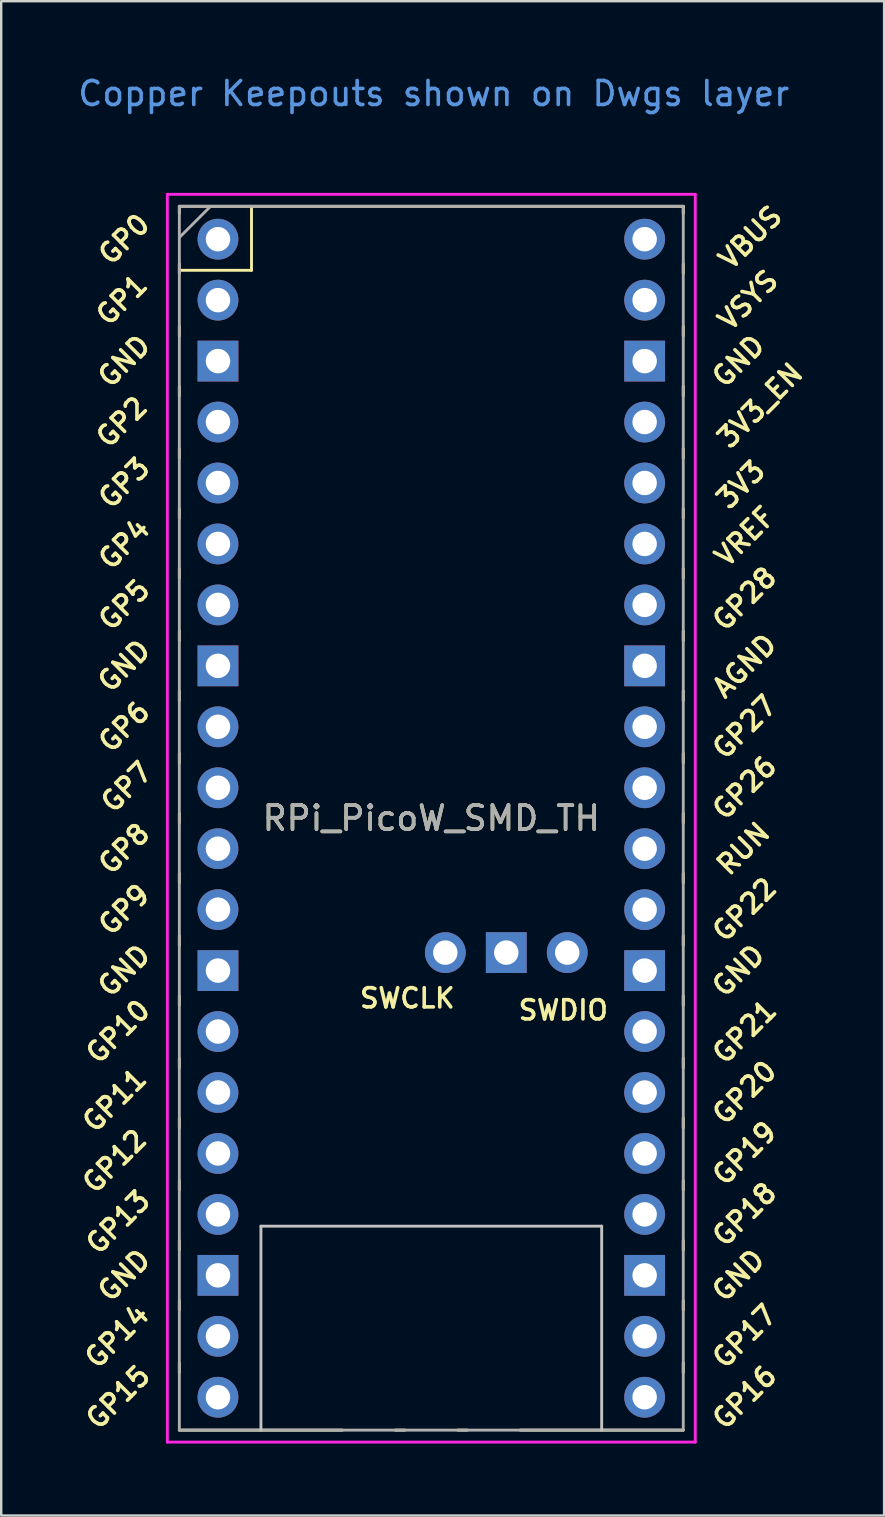
<source format=kicad_pcb>
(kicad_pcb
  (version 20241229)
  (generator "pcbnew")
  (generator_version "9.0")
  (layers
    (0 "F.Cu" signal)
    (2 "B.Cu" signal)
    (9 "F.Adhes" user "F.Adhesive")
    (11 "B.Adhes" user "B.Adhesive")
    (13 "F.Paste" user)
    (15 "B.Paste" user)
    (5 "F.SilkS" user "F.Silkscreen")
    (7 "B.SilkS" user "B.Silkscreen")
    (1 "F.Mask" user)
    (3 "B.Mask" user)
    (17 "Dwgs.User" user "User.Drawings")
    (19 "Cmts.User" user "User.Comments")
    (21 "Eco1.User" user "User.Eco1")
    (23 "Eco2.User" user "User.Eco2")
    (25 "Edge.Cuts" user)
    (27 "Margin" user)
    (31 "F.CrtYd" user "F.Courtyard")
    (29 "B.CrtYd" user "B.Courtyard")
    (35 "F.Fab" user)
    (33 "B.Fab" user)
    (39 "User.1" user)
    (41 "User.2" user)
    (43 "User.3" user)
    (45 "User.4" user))
  (footprint "RPi_PicoW_SMD_TH"
    (layer "F.Cu")
    (at 14.924 31.048)
    (property "Reference" "RPi_PicoW_SMD_TH" (at 0 0 0) (layer "F.SilkS") (effects (font (size 1 1) (thickness 0.15))))
    (attr through_hole)
    (fp_line (start -10.5 -25.5) (end -10.5 -25.2) (stroke (width 0.12) (type solid)) (layer "F.SilkS"))
    (fp_line (start -10.5 -25.5) (end 10.5 -25.5) (stroke (width 0.12) (type solid)) (layer "F.SilkS"))
    (fp_line (start -10.5 -23.1) (end -10.5 -22.7) (stroke (width 0.12) (type solid)) (layer "F.SilkS"))
    (fp_line (start -10.5 -22.833) (end -7.493 -22.833) (stroke (width 0.12) (type solid)) (layer "F.SilkS"))
    (fp_line (start -10.5 -20.5) (end -10.5 -20.1) (stroke (width 0.12) (type solid)) (layer "F.SilkS"))
    (fp_line (start -10.5 -18) (end -10.5 -17.6) (stroke (width 0.12) (type solid)) (layer "F.SilkS"))
    (fp_line (start -10.5 -15.4) (end -10.5 -15) (stroke (width 0.12) (type solid)) (layer "F.SilkS"))
    (fp_line (start -10.5 -12.9) (end -10.5 -12.5) (stroke (width 0.12) (type solid)) (layer "F.SilkS"))
    (fp_line (start -10.5 -10.4) (end -10.5 -10) (stroke (width 0.12) (type solid)) (layer "F.SilkS"))
    (fp_line (start -10.5 -7.8) (end -10.5 -7.4) (stroke (width 0.12) (type solid)) (layer "F.SilkS"))
    (fp_line (start -10.5 -5.3) (end -10.5 -4.9) (stroke (width 0.12) (type solid)) (layer "F.SilkS"))
    (fp_line (start -10.5 -2.7) (end -10.5 -2.3) (stroke (width 0.12) (type solid)) (layer "F.SilkS"))
    (fp_line (start -10.5 -0.2) (end -10.5 0.2) (stroke (width 0.12) (type solid)) (layer "F.SilkS"))
    (fp_line (start -10.5 2.3) (end -10.5 2.7) (stroke (width 0.12) (type solid)) (layer "F.SilkS"))
    (fp_line (start -10.5 4.9) (end -10.5 5.3) (stroke (width 0.12) (type solid)) (layer "F.SilkS"))
    (fp_line (start -10.5 7.4) (end -10.5 7.8) (stroke (width 0.12) (type solid)) (layer "F.SilkS"))
    (fp_line (start -10.5 10) (end -10.5 10.4) (stroke (width 0.12) (type solid)) (layer "F.SilkS"))
    (fp_line (start -10.5 12.5) (end -10.5 12.9) (stroke (width 0.12) (type solid)) (layer "F.SilkS"))
    (fp_line (start -10.5 15.1) (end -10.5 15.5) (stroke (width 0.12) (type solid)) (layer "F.SilkS"))
    (fp_line (start -10.5 17.6) (end -10.5 18) (stroke (width 0.12) (type solid)) (layer "F.SilkS"))
    (fp_line (start -10.5 20.1) (end -10.5 20.5) (stroke (width 0.12) (type solid)) (layer "F.SilkS"))
    (fp_line (start -10.5 22.7) (end -10.5 23.1) (stroke (width 0.12) (type solid)) (layer "F.SilkS"))
    (fp_line (start -7.493 -22.833) (end -7.493 -25.5) (stroke (width 0.12) (type solid)) (layer "F.SilkS"))
    (fp_line (start -3.7 25.5) (end -10.5 25.5) (stroke (width 0.12) (type solid)) (layer "F.SilkS"))
    (fp_line (start -1.5 25.5) (end -1.1 25.5) (stroke (width 0.12) (type solid)) (layer "F.SilkS"))
    (fp_line (start 1.1 25.5) (end 1.5 25.5) (stroke (width 0.12) (type solid)) (layer "F.SilkS"))
    (fp_line (start 10.5 -25.5) (end 10.5 -25.2) (stroke (width 0.12) (type solid)) (layer "F.SilkS"))
    (fp_line (start 10.5 -23.1) (end 10.5 -22.7) (stroke (width 0.12) (type solid)) (layer "F.SilkS"))
    (fp_line (start 10.5 -20.5) (end 10.5 -20.1) (stroke (width 0.12) (type solid)) (layer "F.SilkS"))
    (fp_line (start 10.5 -18) (end 10.5 -17.6) (stroke (width 0.12) (type solid)) (layer "F.SilkS"))
    (fp_line (start 10.5 -15.4) (end 10.5 -15) (stroke (width 0.12) (type solid)) (layer "F.SilkS"))
    (fp_line (start 10.5 -12.9) (end 10.5 -12.5) (stroke (width 0.12) (type solid)) (layer "F.SilkS"))
    (fp_line (start 10.5 -10.4) (end 10.5 -10) (stroke (width 0.12) (type solid)) (layer "F.SilkS"))
    (fp_line (start 10.5 -7.8) (end 10.5 -7.4) (stroke (width 0.12) (type solid)) (layer "F.SilkS"))
    (fp_line (start 10.5 -5.3) (end 10.5 -4.9) (stroke (width 0.12) (type solid)) (layer "F.SilkS"))
    (fp_line (start 10.5 -2.7) (end 10.5 -2.3) (stroke (width 0.12) (type solid)) (layer "F.SilkS"))
    (fp_line (start 10.5 -0.2) (end 10.5 0.2) (stroke (width 0.12) (type solid)) (layer "F.SilkS"))
    (fp_line (start 10.5 2.3) (end 10.5 2.7) (stroke (width 0.12) (type solid)) (layer "F.SilkS"))
    (fp_line (start 10.5 4.9) (end 10.5 5.3) (stroke (width 0.12) (type solid)) (layer "F.SilkS"))
    (fp_line (start 10.5 7.4) (end 10.5 7.8) (stroke (width 0.12) (type solid)) (layer "F.SilkS"))
    (fp_line (start 10.5 10) (end 10.5 10.4) (stroke (width 0.12) (type solid)) (layer "F.SilkS"))
    (fp_line (start 10.5 12.5) (end 10.5 12.9) (stroke (width 0.12) (type solid)) (layer "F.SilkS"))
    (fp_line (start 10.5 15.1) (end 10.5 15.5) (stroke (width 0.12) (type solid)) (layer "F.SilkS"))
    (fp_line (start 10.5 17.6) (end 10.5 18) (stroke (width 0.12) (type solid)) (layer "F.SilkS"))
    (fp_line (start 10.5 20.1) (end 10.5 20.5) (stroke (width 0.12) (type solid)) (layer "F.SilkS"))
    (fp_line (start 10.5 22.7) (end 10.5 23.1) (stroke (width 0.12) (type solid)) (layer "F.SilkS"))
    (fp_line (start 10.5 25.5) (end 3.7 25.5) (stroke (width 0.12) (type solid)) (layer "F.SilkS"))
    (fp_line (start -7.1 17) (end 7.1 17) (stroke (width 0.12) (type solid)) (layer "Dwgs.User"))
    (fp_line (start -7.1 25.5) (end -7.1 17) (stroke (width 0.12) (type solid)) (layer "Dwgs.User"))
    (fp_line (start 7.1 17) (end 7.1 25.5) (stroke (width 0.12) (type solid)) (layer "Dwgs.User"))
    (fp_line (start -11 -26) (end 11 -26) (stroke (width 0.12) (type solid)) (layer "F.CrtYd"))
    (fp_line (start -11 26) (end -11 -26) (stroke (width 0.12) (type solid)) (layer "F.CrtYd"))
    (fp_line (start 11 -26) (end 11 26) (stroke (width 0.12) (type solid)) (layer "F.CrtYd"))
    (fp_line (start 11 26) (end -11 26) (stroke (width 0.12) (type solid)) (layer "F.CrtYd"))
    (fp_line (start -10.5 -25.5) (end 10.5 -25.5) (stroke (width 0.12) (type solid)) (layer "F.Fab"))
    (fp_line (start -10.5 -24.2) (end -9.2 -25.5) (stroke (width 0.12) (type solid)) (layer "F.Fab"))
    (fp_line (start -10.5 25.5) (end -10.5 -25.5) (stroke (width 0.12) (type solid)) (layer "F.Fab"))
    (fp_line (start 10.5 -25.5) (end 10.5 25.5) (stroke (width 0.12) (type solid)) (layer "F.Fab"))
    (fp_line (start 10.5 25.5) (end -10.5 25.5) (stroke (width 0.12) (type solid)) (layer "F.Fab"))
    (fp_text user "GND" (at -12.8 6.35 45) (layer "F.SilkS") (effects (font (size 0.8 0.8) (thickness 0.15))))
    (fp_text user "GND" (at -12.8 -6.35 45) (layer "F.SilkS") (effects (font (size 0.8 0.8) (thickness 0.15))))
    (fp_text user "GP18" (at 13.054 16.51 45) (layer "F.SilkS") (effects (font (size 0.8 0.8) (thickness 0.15))))
    (fp_text user "GP12" (at -13.2 14.293 45) (layer "F.SilkS") (effects (font (size 0.8 0.8) (thickness 0.15))))
    (fp_text user "GP11" (at -13.2 11.752 45) (layer "F.SilkS") (effects (font (size 0.8 0.8) (thickness 0.15))))
    (fp_text user "AGND" (at 13.054 -6.35 45) (layer "F.SilkS") (effects (font (size 0.8 0.8) (thickness 0.15))))
    (fp_text user "GP10" (at -13.054 8.89 45) (layer "F.SilkS") (effects (font (size 0.8 0.8) (thickness 0.15))))
    (fp_text user "GP4" (at -12.8 -11.43 45) (layer "F.SilkS") (effects (font (size 0.8 0.8) (thickness 0.15))))
    (fp_text user "GP28" (at 13.054 -9.144 45) (layer "F.SilkS") (effects (font (size 0.8 0.8) (thickness 0.15))))
    (fp_text user "GP3" (at -12.8 -13.97 45) (layer "F.SilkS") (effects (font (size 0.8 0.8) (thickness 0.15))))
    (fp_text user "SWCLK" (at -1 7.5 0) (layer "F.SilkS") (effects (font (size 0.8 0.8) (thickness 0.15))))
    (fp_text user "VSYS" (at 13.2 -21.59 45) (layer "F.SilkS") (effects (font (size 0.8 0.8) (thickness 0.15))))
    (fp_text user "GP20" (at 13.054 11.43 45) (layer "F.SilkS") (effects (font (size 0.8 0.8) (thickness 0.15))))
    (fp_text user "GP5" (at -12.8 -8.89 45) (layer "F.SilkS") (effects (font (size 0.8 0.8) (thickness 0.15))))
    (fp_text user "VREF" (at 13.068 -11.742 45) (layer "F.SilkS") (effects (font (size 0.8 0.8) (thickness 0.15))))
    (fp_text user "GND" (at 12.8 6.35 45) (layer "F.SilkS") (effects (font (size 0.8 0.8) (thickness 0.15))))
    (fp_text user "GP19" (at 13.054 13.97 45) (layer "F.SilkS") (effects (font (size 0.8 0.8) (thickness 0.15))))
    (fp_text user "GP22" (at 13.054 3.81 45) (layer "F.SilkS") (effects (font (size 0.8 0.8) (thickness 0.15))))
    (fp_text user "GP6" (at -12.8 -3.81 45) (layer "F.SilkS") (effects (font (size 0.8 0.8) (thickness 0.15))))
    (fp_text user "GND" (at 12.8 19.05 45) (layer "F.SilkS") (effects (font (size 0.8 0.8) (thickness 0.15))))
    (fp_text user "GP26" (at 13.054 -1.27 45) (layer "F.SilkS") (effects (font (size 0.8 0.8) (thickness 0.15))))
    (fp_text user "GP7" (at -12.7 -1.3 45) (layer "F.SilkS") (effects (font (size 0.8 0.8) (thickness 0.15))))
    (fp_text user "GND" (at -12.8 -19.05 45) (layer "F.SilkS") (effects (font (size 0.8 0.8) (thickness 0.15))))
    (fp_text user "GP9" (at -12.8 3.81 45) (layer "F.SilkS") (effects (font (size 0.8 0.8) (thickness 0.15))))
    (fp_text user "GP0" (at -12.8 -24.13 45) (layer "F.SilkS") (effects (font (size 0.8 0.8) (thickness 0.15))))
    (fp_text user "GP27" (at 13.054 -3.8 45) (layer "F.SilkS") (effects (font (size 0.8 0.8) (thickness 0.15))))
    (fp_text user "RUN" (at 13 1.27 45) (layer "F.SilkS") (effects (font (size 0.8 0.8) (thickness 0.15))))
    (fp_text user "SWDIO" (at 5.5 8 0) (layer "F.SilkS") (effects (font (size 0.8 0.8) (thickness 0.15))))
    (fp_text user "GP15" (at -13.054 24.13 45) (layer "F.SilkS") (effects (font (size 0.8 0.8) (thickness 0.15))))
    (fp_text user "GP21" (at 13.054 8.9 45) (layer "F.SilkS") (effects (font (size 0.8 0.8) (thickness 0.15))))
    (fp_text user "GP2" (at -12.9 -16.51 45) (layer "F.SilkS") (effects (font (size 0.8 0.8) (thickness 0.15))))
    (fp_text user "3V3" (at 12.9 -13.9 45) (layer "F.SilkS") (effects (font (size 0.8 0.8) (thickness 0.15))))
    (fp_text user "GND" (at 12.8 -19.05 45) (layer "F.SilkS") (effects (font (size 0.8 0.8) (thickness 0.15))))
    (fp_text user "GP16" (at 13.054 24.13 45) (layer "F.SilkS") (effects (font (size 0.8 0.8) (thickness 0.15))))
    (fp_text user "GP1" (at -12.9 -21.6 45) (layer "F.SilkS") (effects (font (size 0.8 0.8) (thickness 0.15))))
    (fp_text user "GP17" (at 13.054 21.59 45) (layer "F.SilkS") (effects (font (size 0.8 0.8) (thickness 0.15))))
    (fp_text user "VBUS" (at 13.3 -24.2 45) (layer "F.SilkS") (effects (font (size 0.8 0.8) (thickness 0.15))))
    (fp_text user "GP14" (at -13.1 21.59 45) (layer "F.SilkS") (effects (font (size 0.8 0.8) (thickness 0.15))))
    (fp_text user "GP13" (at -13.054 16.832 45) (layer "F.SilkS") (effects (font (size 0.8 0.8) (thickness 0.15))))
    (fp_text user "3V3_EN" (at 13.7 -17.2 45) (layer "F.SilkS") (effects (font (size 0.8 0.8) (thickness 0.15))))
    (fp_text user "GND" (at -12.8 19.05 45) (layer "F.SilkS") (effects (font (size 0.8 0.8) (thickness 0.15))))
    (fp_text user "GP8" (at -12.8 1.27 45) (layer "F.SilkS") (effects (font (size 0.8 0.8) (thickness 0.15))))
    (fp_text user "Copper Keepouts shown on Dwgs layer" (at 0.1 -30.2 0) (layer "Cmts.User") (effects (font (size 1 1) (thickness 0.15))))
    (fp_text user "${REFERENCE}" (at 0 0 180) (layer "F.Fab") (effects (font (size 1 1) (thickness 0.15))))
    (pad "1" thru_hole oval (at -8.89 -24.13) (size 1.7 1.7) (drill 1.02) (layers "*.Cu" "*.Mask"))
    (pad "2" thru_hole oval (at -8.89 -21.59) (size 1.7 1.7) (drill 1.02) (layers "*.Cu" "*.Mask"))
    (pad "3" thru_hole rect (at -8.89 -19.05) (size 1.7 1.7) (drill 1.02) (layers "*.Cu" "*.Mask"))
    (pad "4" thru_hole oval (at -8.89 -16.51) (size 1.7 1.7) (drill 1.02) (layers "*.Cu" "*.Mask"))
    (pad "5" thru_hole oval (at -8.89 -13.97) (size 1.7 1.7) (drill 1.02) (layers "*.Cu" "*.Mask"))
    (pad "6" thru_hole oval (at -8.89 -11.43) (size 1.7 1.7) (drill 1.02) (layers "*.Cu" "*.Mask"))
    (pad "7" thru_hole oval (at -8.89 -8.89) (size 1.7 1.7) (drill 1.02) (layers "*.Cu" "*.Mask"))
    (pad "8" thru_hole rect (at -8.89 -6.35) (size 1.7 1.7) (drill 1.02) (layers "*.Cu" "*.Mask"))
    (pad "9" thru_hole oval (at -8.89 -3.81) (size 1.7 1.7) (drill 1.02) (layers "*.Cu" "*.Mask"))
    (pad "10" thru_hole oval (at -8.89 -1.27) (size 1.7 1.7) (drill 1.02) (layers "*.Cu" "*.Mask"))
    (pad "11" thru_hole oval (at -8.89 1.27) (size 1.7 1.7) (drill 1.02) (layers "*.Cu" "*.Mask"))
    (pad "12" thru_hole oval (at -8.89 3.81) (size 1.7 1.7) (drill 1.02) (layers "*.Cu" "*.Mask"))
    (pad "13" thru_hole rect (at -8.89 6.35) (size 1.7 1.7) (drill 1.02) (layers "*.Cu" "*.Mask"))
    (pad "14" thru_hole oval (at -8.89 8.89) (size 1.7 1.7) (drill 1.02) (layers "*.Cu" "*.Mask"))
    (pad "15" thru_hole oval (at -8.89 11.43) (size 1.7 1.7) (drill 1.02) (layers "*.Cu" "*.Mask"))
    (pad "16" thru_hole oval (at -8.89 13.97) (size 1.7 1.7) (drill 1.02) (layers "*.Cu" "*.Mask"))
    (pad "17" thru_hole oval (at -8.89 16.51) (size 1.7 1.7) (drill 1.02) (layers "*.Cu" "*.Mask"))
    (pad "18" thru_hole rect (at -8.89 19.05) (size 1.7 1.7) (drill 1.02) (layers "*.Cu" "*.Mask"))
    (pad "19" thru_hole oval (at -8.89 21.59) (size 1.7 1.7) (drill 1.02) (layers "*.Cu" "*.Mask"))
    (pad "20" thru_hole oval (at -8.89 24.13) (size 1.7 1.7) (drill 1.02) (layers "*.Cu" "*.Mask"))
    (pad "21" thru_hole oval (at 8.89 24.13) (size 1.7 1.7) (drill 1.02) (layers "*.Cu" "*.Mask"))
    (pad "22" thru_hole oval (at 8.89 21.59) (size 1.7 1.7) (drill 1.02) (layers "*.Cu" "*.Mask"))
    (pad "23" thru_hole rect (at 8.89 19.05) (size 1.7 1.7) (drill 1.02) (layers "*.Cu" "*.Mask"))
    (pad "24" thru_hole oval (at 8.89 16.51) (size 1.7 1.7) (drill 1.02) (layers "*.Cu" "*.Mask"))
    (pad "25" thru_hole oval (at 8.89 13.97) (size 1.7 1.7) (drill 1.02) (layers "*.Cu" "*.Mask"))
    (pad "26" thru_hole oval (at 8.89 11.43) (size 1.7 1.7) (drill 1.02) (layers "*.Cu" "*.Mask"))
    (pad "27" thru_hole oval (at 8.89 8.89) (size 1.7 1.7) (drill 1.02) (layers "*.Cu" "*.Mask"))
    (pad "28" thru_hole rect (at 8.89 6.35) (size 1.7 1.7) (drill 1.02) (layers "*.Cu" "*.Mask"))
    (pad "29" thru_hole oval (at 8.89 3.81) (size 1.7 1.7) (drill 1.02) (layers "*.Cu" "*.Mask"))
    (pad "30" thru_hole oval (at 8.89 1.27) (size 1.7 1.7) (drill 1.02) (layers "*.Cu" "*.Mask"))
    (pad "31" thru_hole oval (at 8.89 -1.27) (size 1.7 1.7) (drill 1.02) (layers "*.Cu" "*.Mask"))
    (pad "32" thru_hole oval (at 8.89 -3.81) (size 1.7 1.7) (drill 1.02) (layers "*.Cu" "*.Mask"))
    (pad "33" thru_hole rect (at 8.89 -6.35) (size 1.7 1.7) (drill 1.02) (layers "*.Cu" "*.Mask"))
    (pad "34" thru_hole oval (at 8.89 -8.89) (size 1.7 1.7) (drill 1.02) (layers "*.Cu" "*.Mask"))
    (pad "35" thru_hole oval (at 8.89 -11.43) (size 1.7 1.7) (drill 1.02) (layers "*.Cu" "*.Mask"))
    (pad "36" thru_hole oval (at 8.89 -13.97) (size 1.7 1.7) (drill 1.02) (layers "*.Cu" "*.Mask"))
    (pad "37" thru_hole oval (at 8.89 -16.51) (size 1.7 1.7) (drill 1.02) (layers "*.Cu" "*.Mask"))
    (pad "38" thru_hole rect (at 8.89 -19.05) (size 1.7 1.7) (drill 1.02) (layers "*.Cu" "*.Mask"))
    (pad "39" thru_hole oval (at 8.89 -21.59) (size 1.7 1.7) (drill 1.02) (layers "*.Cu" "*.Mask"))
    (pad "40" thru_hole oval (at 8.89 -24.13) (size 1.7 1.7) (drill 1.02) (layers "*.Cu" "*.Mask"))
    (pad "41" thru_hole oval (at 0.584 5.6) (size 1.7 1.7) (drill 1.02) (layers "*.Cu" "*.Mask"))
    (pad "42" thru_hole rect (at 3.124 5.6) (size 1.7 1.7) (drill 1.02) (layers "*.Cu" "*.Mask"))
    (pad "43" thru_hole oval (at 5.664 5.6) (size 1.7 1.7) (drill 1.02) (layers "*.Cu" "*.Mask")))
  (gr_rect
    (start -3 -3)
    (end 33.793 60.108)
    (stroke (width 0.1) (type default))
    (fill no)
    (layer "Edge.Cuts")))
</source>
